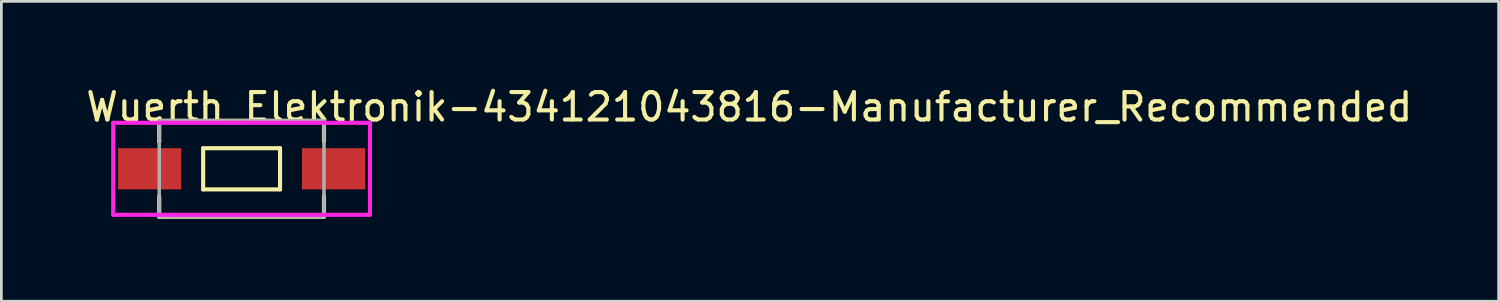
<source format=kicad_pcb>
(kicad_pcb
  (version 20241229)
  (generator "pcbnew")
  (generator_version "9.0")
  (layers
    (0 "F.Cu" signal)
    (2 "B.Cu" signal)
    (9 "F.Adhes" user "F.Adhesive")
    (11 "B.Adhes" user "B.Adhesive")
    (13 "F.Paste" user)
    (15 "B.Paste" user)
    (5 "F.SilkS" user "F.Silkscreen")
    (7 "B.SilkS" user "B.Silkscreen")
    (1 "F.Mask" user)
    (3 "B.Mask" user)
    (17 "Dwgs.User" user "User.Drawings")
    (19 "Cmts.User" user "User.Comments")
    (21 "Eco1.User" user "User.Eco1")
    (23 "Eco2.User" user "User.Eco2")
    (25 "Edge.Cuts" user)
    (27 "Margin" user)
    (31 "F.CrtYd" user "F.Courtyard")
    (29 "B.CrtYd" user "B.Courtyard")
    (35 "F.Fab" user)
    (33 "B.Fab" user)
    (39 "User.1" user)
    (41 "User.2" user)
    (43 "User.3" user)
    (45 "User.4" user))
  (footprint "Wuerth_Elektronik-434121043816-Manufacturer_Recommended"
    (layer "F.Cu")
    (at 5.75 3.098)
    (property "Reference" "Wuerth_Elektronik-434121043816-Manufacturer_Recommended" (at -5.75 -2.25 0) (layer "F.SilkS") (effects (font (size 1 1) (thickness 0.15)) (justify left)))
    (attr through_hole)
    (fp_line (start -3 -1) (end -3 -1) (stroke (width 0.15) (type solid)) (layer "F.SilkS"))
    (fp_line (start -3 1.75) (end -3 1) (stroke (width 0.15) (type solid)) (layer "F.SilkS"))
    (fp_line (start -3 1.75) (end -3 1.75) (stroke (width 0.15) (type solid)) (layer "F.SilkS"))
    (fp_line (start -3 -1.75) (end 3 -1.75) (stroke (width 0.15) (type solid)) (layer "F.SilkS"))
    (fp_line (start -3 -1) (end -3 -1.75) (stroke (width 0.15) (type solid)) (layer "F.SilkS"))
    (fp_line (start -3 1.75) (end 3 1.75) (stroke (width 0.15) (type solid)) (layer "F.SilkS"))
    (fp_line (start -1.4 -0.75) (end 1.4 -0.75) (stroke (width 0.15) (type solid)) (layer "F.SilkS"))
    (fp_line (start -1.4 0.75) (end -1.4 -0.75) (stroke (width 0.15) (type solid)) (layer "F.SilkS"))
    (fp_line (start -1.4 0.75) (end 1.4 0.75) (stroke (width 0.15) (type solid)) (layer "F.SilkS"))
    (fp_line (start 1.4 0.75) (end 1.4 -0.75) (stroke (width 0.15) (type solid)) (layer "F.SilkS"))
    (fp_line (start 3 -1.75) (end 3 -1.75) (stroke (width 0.15) (type solid)) (layer "F.SilkS"))
    (fp_line (start 3 1) (end 3 1) (stroke (width 0.15) (type solid)) (layer "F.SilkS"))
    (fp_line (start 3 1.75) (end 3 1) (stroke (width 0.15) (type solid)) (layer "F.SilkS"))
    (fp_line (start 3 -1) (end 3 -1.75) (stroke (width 0.15) (type solid)) (layer "F.SilkS"))
    (fp_line (start -4.675 -1.675) (end -4.675 1.675) (stroke (width 0.15) (type solid)) (layer "F.CrtYd"))
    (fp_line (start -4.675 1.675) (end 4.675 1.675) (stroke (width 0.15) (type solid)) (layer "F.CrtYd"))
    (fp_line (start 4.675 -1.675) (end -4.675 -1.675) (stroke (width 0.15) (type solid)) (layer "F.CrtYd"))
    (fp_line (start 4.675 -1.675) (end 4.675 -1.675) (stroke (width 0.15) (type solid)) (layer "F.CrtYd"))
    (fp_line (start 4.675 1.675) (end 4.675 -1.675) (stroke (width 0.15) (type solid)) (layer "F.CrtYd"))
    (fp_line (start -3 -1.75) (end 3 -1.75) (stroke (width 0.127) (type solid)) (layer "F.Fab"))
    (fp_line (start -3 1.75) (end -3 -1.75) (stroke (width 0.127) (type solid)) (layer "F.Fab"))
    (fp_line (start -3 1.75) (end 3 1.75) (stroke (width 0.127) (type solid)) (layer "F.Fab"))
    (fp_line (start 3 1.75) (end 3 -1.75) (stroke (width 0.127) (type solid)) (layer "F.Fab"))
    (pad "1" smd rect (at -3.35 0) (size 2.3 1.5) (layers "F.Cu" "F.Mask" "F.Paste"))
    (pad "2" smd rect (at 3.35 0) (size 2.3 1.5) (layers "F.Cu" "F.Mask" "F.Paste")))
  (gr_rect
    (start -3 -3)
    (end 51.536 7.923)
    (stroke (width 0.1) (type default))
    (fill no)
    (layer "Edge.Cuts")))
</source>
